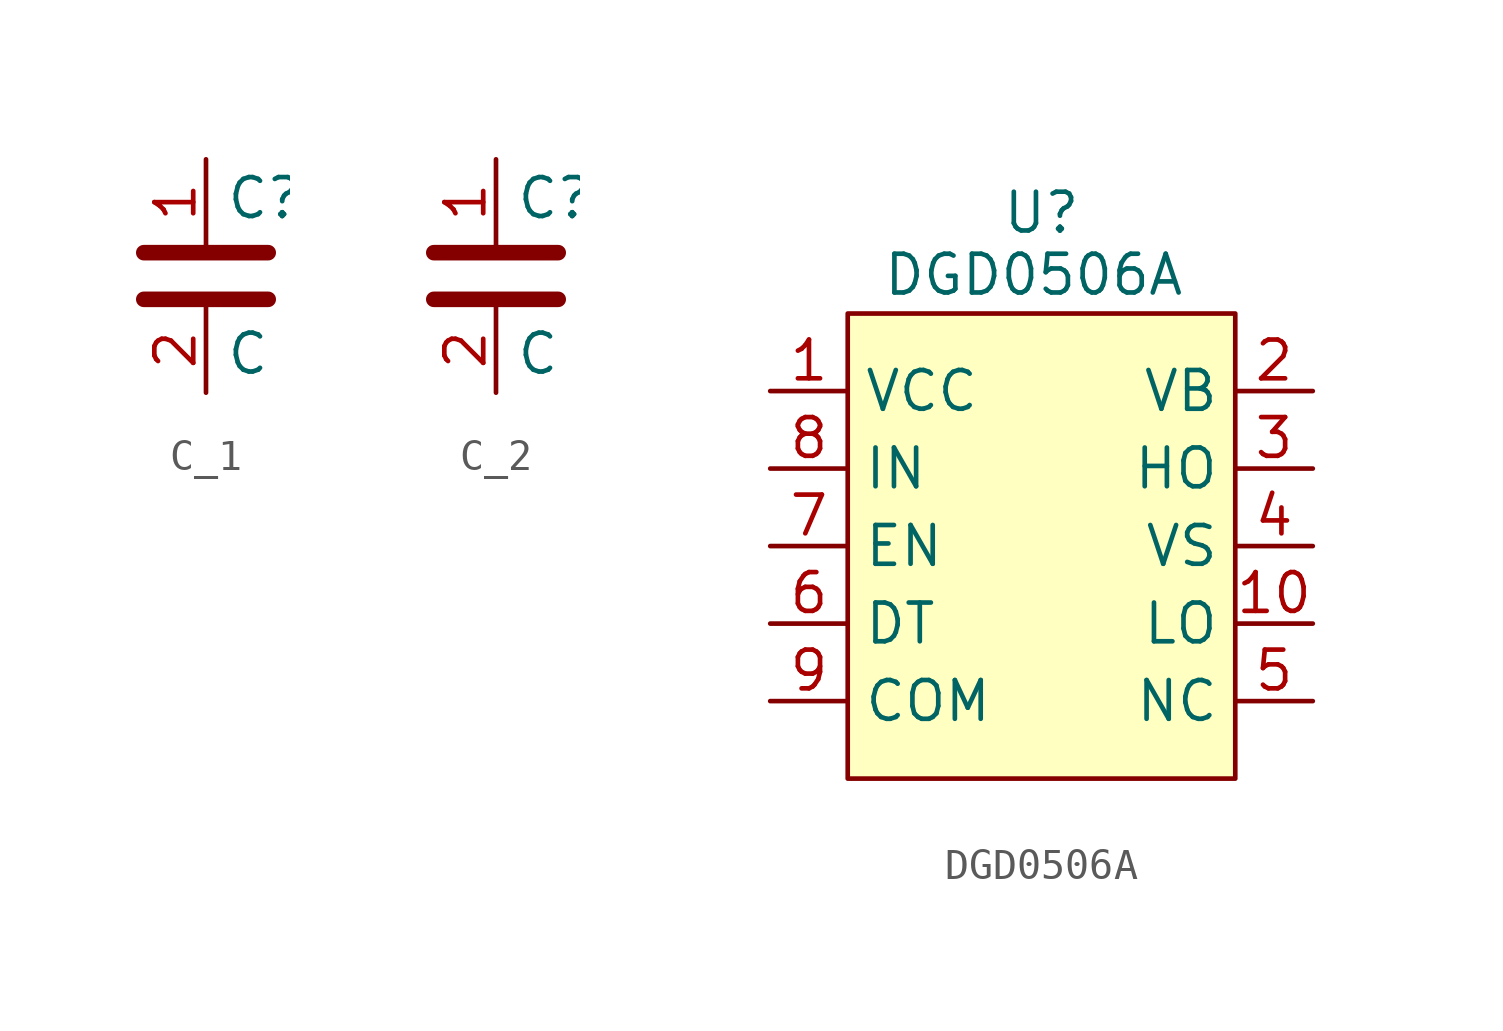
<source format=kicad_sym>
(kicad_symbol_lib
  (version 20241209)
  (generator "kicad_symbol_editor")
  (generator_version "9.0")
  (symbol "C_1"
    (pin_names
      (offset 0.254)
      (hide yes))
    (property "Reference" "C"
      (at 0.635 2.54 0)
      (effects (font (size 1.27 1.27)) (justify left)))
    (property "Value" "C"
      (at 0.635 -2.54 0)
      (effects (font (size 1.27 1.27)) (justify left)))
    (symbol "C_1_0_1"
      (polyline (pts (xy -2.032 0.762) (xy 2.032 0.762)) (stroke (width 0.508) (type default)) (fill (type none)))
      (polyline (pts (xy -2.032 -0.762) (xy 2.032 -0.762)) (stroke (width 0.508) (type default)) (fill (type none))))
    (symbol "C_1_1_1"
      (pin passive line (at 0 3.81 270) (length 2.794) (name "~" (effects (font (size 1.27 1.27)))) (number "1" (effects (font (size 1.27 1.27)))))
      (pin passive line (at 0 -3.81 90) (length 2.794) (name "~" (effects (font (size 1.27 1.27)))) (number "2" (effects (font (size 1.27 1.27)))))))
  (symbol "C_2"
    (pin_names
      (offset 0.254)
      (hide yes))
    (property "Reference" "C"
      (at 0.635 2.54 0)
      (effects (font (size 1.27 1.27)) (justify left)))
    (property "Value" "C"
      (at 0.635 -2.54 0)
      (effects (font (size 1.27 1.27)) (justify left)))
    (symbol "C_2_0_1"
      (polyline (pts (xy -2.032 0.762) (xy 2.032 0.762)) (stroke (width 0.508) (type default)) (fill (type none)))
      (polyline (pts (xy -2.032 -0.762) (xy 2.032 -0.762)) (stroke (width 0.508) (type default)) (fill (type none))))
    (symbol "C_2_1_1"
      (pin passive line (at 0 3.81 270) (length 2.794) (name "~" (effects (font (size 1.27 1.27)))) (number "1" (effects (font (size 1.27 1.27)))))
      (pin passive line (at 0 -3.81 90) (length 2.794) (name "~" (effects (font (size 1.27 1.27)))) (number "2" (effects (font (size 1.27 1.27)))))))
  (symbol "DGD0506A"
    (property "Reference" "U"
      (at 0 10.922 0)
      (effects (font (size 1.27 1.27))))
    (property "Value" "DGD0506A"
      (at -0.254 8.89 0)
      (effects (font (size 1.27 1.27))))
    (symbol "DGD0506A_1_1"
      (rectangle (start -6.35 7.62) (end 6.35 -7.62) (stroke (width 0) (type solid)) (fill (type background)))
      (pin passive line (at -8.89 5.08 0) (length 2.54) (name "VCC" (effects (font (size 1.27 1.27)))) (number "1" (effects (font (size 1.27 1.27)))))
      (pin passive line (at -8.89 2.54 0) (length 2.54) (name "IN" (effects (font (size 1.27 1.27)))) (number "8" (effects (font (size 1.27 1.27)))))
      (pin passive line (at -8.89 0 0) (length 2.54) (name "EN" (effects (font (size 1.27 1.27)))) (number "7" (effects (font (size 1.27 1.27)))))
      (pin passive line (at -8.89 -2.54 0) (length 2.54) (name "DT" (effects (font (size 1.27 1.27)))) (number "6" (effects (font (size 1.27 1.27)))))
      (pin passive line (at -8.89 -5.08 0) (length 2.54) (name "COM" (effects (font (size 1.27 1.27)))) (number "9" (effects (font (size 1.27 1.27)))))
      (pin passive line (at 8.89 5.08 180) (length 2.54) (name "VB" (effects (font (size 1.27 1.27)))) (number "2" (effects (font (size 1.27 1.27)))))
      (pin passive line (at 8.89 2.54 180) (length 2.54) (name "HO" (effects (font (size 1.27 1.27)))) (number "3" (effects (font (size 1.27 1.27)))))
      (pin passive line (at 8.89 0 180) (length 2.54) (name "VS" (effects (font (size 1.27 1.27)))) (number "4" (effects (font (size 1.27 1.27)))))
      (pin passive line (at 8.89 -2.54 180) (length 2.54) (name "LO" (effects (font (size 1.27 1.27)))) (number "10" (effects (font (size 1.27 1.27)))))
      (pin passive line (at 8.89 -5.08 180) (length 2.54) (name "NC" (effects (font (size 1.27 1.27)))) (number "5" (effects (font (size 1.27 1.27))))))))
</source>
